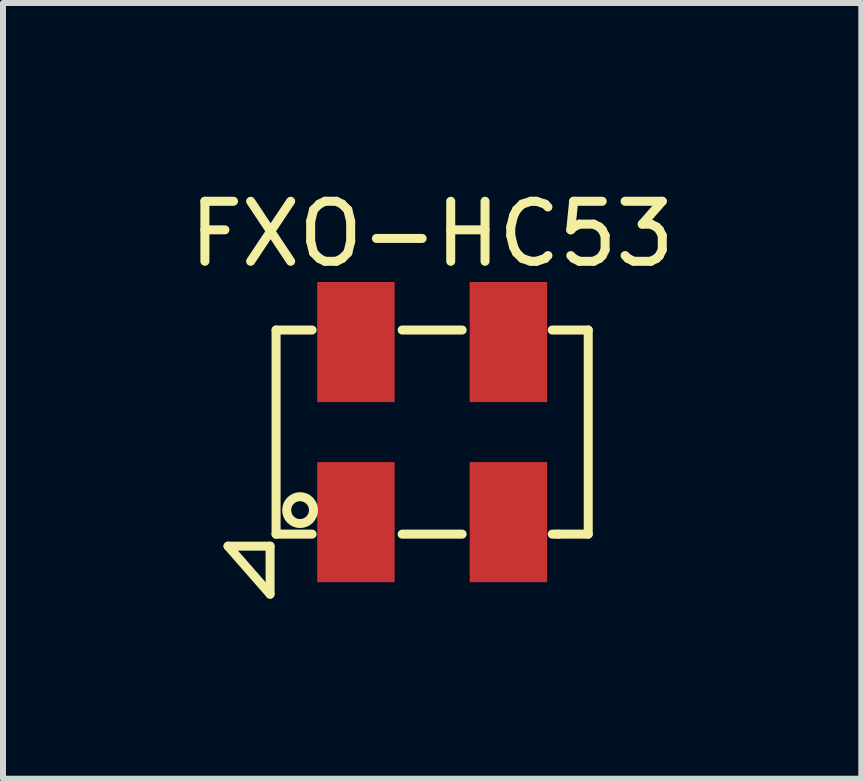
<source format=kicad_pcb>
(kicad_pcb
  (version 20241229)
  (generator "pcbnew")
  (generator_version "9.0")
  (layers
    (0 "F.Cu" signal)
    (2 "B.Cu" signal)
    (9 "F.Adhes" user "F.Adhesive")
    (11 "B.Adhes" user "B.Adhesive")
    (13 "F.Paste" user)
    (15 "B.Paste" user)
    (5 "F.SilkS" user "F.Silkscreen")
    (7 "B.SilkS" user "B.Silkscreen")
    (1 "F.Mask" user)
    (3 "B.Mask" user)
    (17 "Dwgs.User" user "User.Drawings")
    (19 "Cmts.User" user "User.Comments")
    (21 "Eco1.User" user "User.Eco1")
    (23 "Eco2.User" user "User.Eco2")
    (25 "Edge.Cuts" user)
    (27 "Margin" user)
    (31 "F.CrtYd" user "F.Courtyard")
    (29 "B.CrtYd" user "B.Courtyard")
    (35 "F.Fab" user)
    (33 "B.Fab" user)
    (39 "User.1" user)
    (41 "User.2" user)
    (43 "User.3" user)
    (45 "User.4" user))
  (footprint "FXO-HC53"
    (layer "F.Cu")
    (at 4.149 4.148)
    (property "Reference" "FXO-HC53" (at 0 -3.3 0) (layer "F.SilkS") (effects (font (size 1 1) (thickness 0.15))))
    (attr through_hole)
    (fp_line (start -3.4 1.9) (end -2.7 2.7) (stroke (width 0.15) (type solid)) (layer "F.SilkS"))
    (fp_line (start -2.7 1.9) (end -3.4 1.9) (stroke (width 0.15) (type solid)) (layer "F.SilkS"))
    (fp_line (start -2.7 1.9) (end -2.7 2.7) (stroke (width 0.15) (type solid)) (layer "F.SilkS"))
    (fp_line (start -2.6 -1.7) (end -2 -1.7) (stroke (width 0.15) (type solid)) (layer "F.SilkS"))
    (fp_line (start -2.6 1.7) (end -2.6 -1.7) (stroke (width 0.15) (type solid)) (layer "F.SilkS"))
    (fp_line (start -2.6 1.7) (end -2 1.7) (stroke (width 0.15) (type solid)) (layer "F.SilkS"))
    (fp_line (start -0.5 -1.7) (end 0.5 -1.7) (stroke (width 0.15) (type solid)) (layer "F.SilkS"))
    (fp_line (start 0.5 1.7) (end -0.5 1.7) (stroke (width 0.15) (type solid)) (layer "F.SilkS"))
    (fp_line (start 2 -1.7) (end 2.6 -1.7) (stroke (width 0.15) (type solid)) (layer "F.SilkS"))
    (fp_line (start 2.1 1.7) (end 2 1.7) (stroke (width 0.15) (type solid)) (layer "F.SilkS"))
    (fp_line (start 2.6 -1.7) (end 2.6 1.7) (stroke (width 0.15) (type solid)) (layer "F.SilkS"))
    (fp_line (start 2.6 1.7) (end 2.1 1.7) (stroke (width 0.15) (type solid)) (layer "F.SilkS"))
    (fp_circle (center -2.2 1.3) (end -2.1 1.1) (stroke (width 0.15) (type solid)) (fill no) (layer "F.SilkS"))
    (pad "1" smd rect (at -1.27 1.5) (size 1.29 2) (layers "F.Cu" "F.Mask" "F.Paste"))
    (pad "2" smd rect (at 1.27 1.5) (size 1.29 2) (layers "F.Cu" "F.Mask" "F.Paste"))
    (pad "3" smd rect (at 1.27 -1.5) (size 1.29 2) (layers "F.Cu" "F.Mask" "F.Paste"))
    (pad "4" smd rect (at -1.27 -1.5) (size 1.29 2) (layers "F.Cu" "F.Mask" "F.Paste")))
  (gr_rect
    (start -3 -3)
    (end 11.298 9.923)
    (stroke (width 0.1) (type default))
    (fill no)
    (layer "Edge.Cuts")))
</source>
